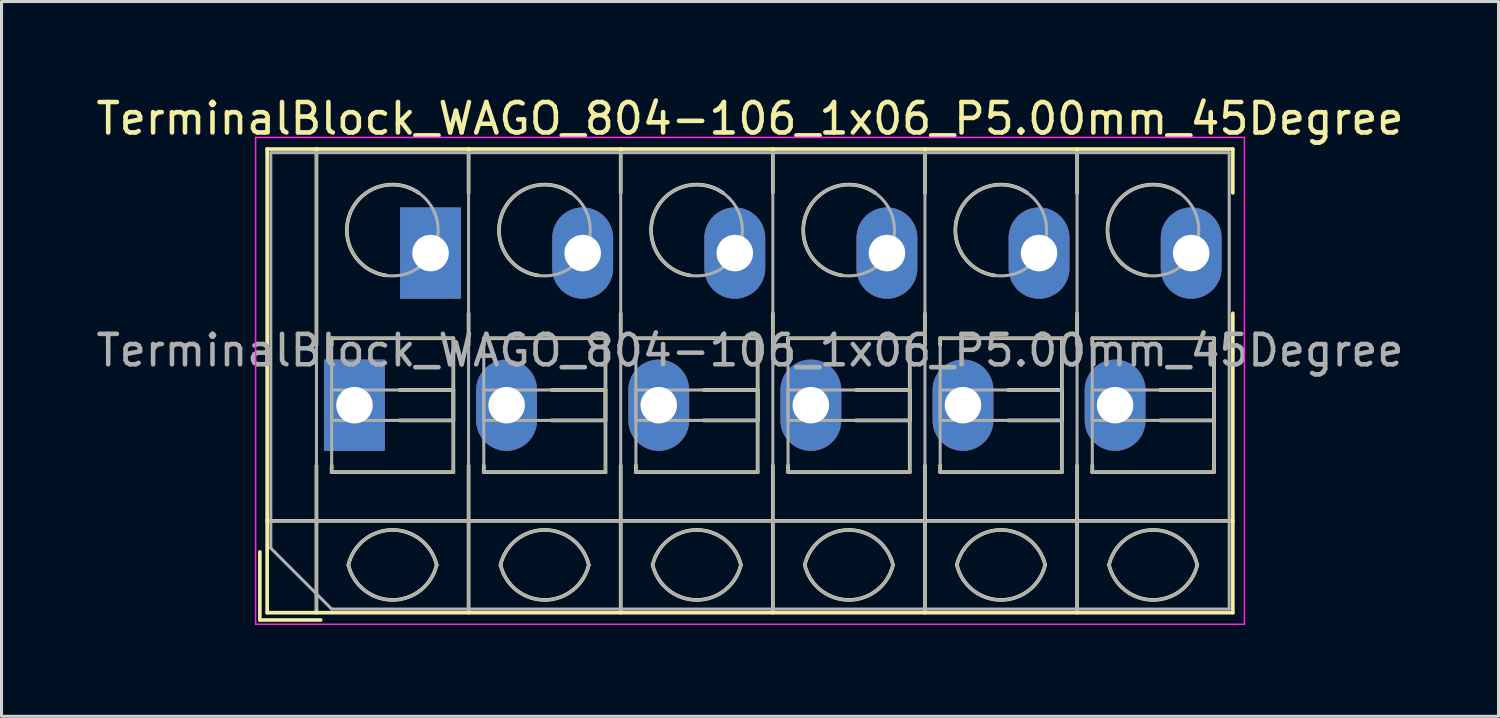
<source format=kicad_pcb>
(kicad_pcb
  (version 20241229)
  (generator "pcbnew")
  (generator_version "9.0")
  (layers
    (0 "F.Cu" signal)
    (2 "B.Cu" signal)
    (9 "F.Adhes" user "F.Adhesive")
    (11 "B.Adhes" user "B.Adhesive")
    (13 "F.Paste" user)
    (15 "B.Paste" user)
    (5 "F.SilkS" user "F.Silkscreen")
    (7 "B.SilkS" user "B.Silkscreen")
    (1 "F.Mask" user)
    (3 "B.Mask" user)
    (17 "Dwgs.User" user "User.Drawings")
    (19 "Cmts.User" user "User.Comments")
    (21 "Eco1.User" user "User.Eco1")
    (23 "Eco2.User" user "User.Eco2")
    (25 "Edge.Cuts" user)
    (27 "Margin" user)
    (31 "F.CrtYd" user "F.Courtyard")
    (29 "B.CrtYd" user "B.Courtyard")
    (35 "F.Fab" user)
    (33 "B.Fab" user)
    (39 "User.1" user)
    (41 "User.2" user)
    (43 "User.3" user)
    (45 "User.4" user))
  (footprint "TerminalBlock_WAGO_804-106_1x06_P5.00mm_45Degree"
    (layer "F.Cu")
    (at 8.601 10.268)
    (property "Reference" "TerminalBlock_WAGO_804-106_1x06_P5.00mm_45Degree" (at 13 -9.42 0) (layer "F.SilkS") (effects (font (size 1 1) (thickness 0.15))))
    (attr through_hole)
    (fp_line (start -3.11 4.82) (end -3.11 7.06) (stroke (width 0.12) (type solid)) (layer "F.SilkS"))
    (fp_line (start -3.11 7.06) (end -1.11 7.06) (stroke (width 0.12) (type solid)) (layer "F.SilkS"))
    (fp_line (start -2.87 -8.42) (end -2.87 6.82) (stroke (width 0.12) (type solid)) (layer "F.SilkS"))
    (fp_line (start -2.87 -8.42) (end 28.87 -8.42) (stroke (width 0.12) (type solid)) (layer "F.SilkS"))
    (fp_line (start -2.87 3.8) (end 28.87 3.8) (stroke (width 0.12) (type solid)) (layer "F.SilkS"))
    (fp_line (start -2.87 6.82) (end 28.87 6.82) (stroke (width 0.12) (type solid)) (layer "F.SilkS"))
    (fp_line (start -1.25 -8.42) (end -1.25 -1.98) (stroke (width 0.12) (type solid)) (layer "F.SilkS"))
    (fp_line (start -1.25 1.98) (end -1.25 6.82) (stroke (width 0.12) (type solid)) (layer "F.SilkS"))
    (fp_line (start -0.75 -2.2) (end -0.75 -1.98) (stroke (width 0.12) (type solid)) (layer "F.SilkS"))
    (fp_line (start -0.75 -2.2) (end 3.25 -2.2) (stroke (width 0.12) (type solid)) (layer "F.SilkS"))
    (fp_line (start -0.75 1.98) (end -0.75 2.2) (stroke (width 0.12) (type solid)) (layer "F.SilkS"))
    (fp_line (start -0.75 2.2) (end 3.25 2.2) (stroke (width 0.12) (type solid)) (layer "F.SilkS"))
    (fp_line (start 1.48 -0.5) (end 3.25 -0.5) (stroke (width 0.12) (type solid)) (layer "F.SilkS"))
    (fp_line (start 1.48 0.5) (end 3.25 0.5) (stroke (width 0.12) (type solid)) (layer "F.SilkS"))
    (fp_line (start 3.25 -2.2) (end 3.25 2.2) (stroke (width 0.12) (type solid)) (layer "F.SilkS"))
    (fp_line (start 3.25 -0.5) (end 3.25 0.5) (stroke (width 0.12) (type solid)) (layer "F.SilkS"))
    (fp_line (start 3.75 -8.42) (end 3.75 -6.98) (stroke (width 0.12) (type solid)) (layer "F.SilkS"))
    (fp_line (start 3.75 -3.02) (end 3.75 -1.98) (stroke (width 0.12) (type solid)) (layer "F.SilkS"))
    (fp_line (start 3.75 1.98) (end 3.75 6.82) (stroke (width 0.12) (type solid)) (layer "F.SilkS"))
    (fp_line (start 4.25 -2.2) (end 4.25 -1.98) (stroke (width 0.12) (type solid)) (layer "F.SilkS"))
    (fp_line (start 4.25 -2.2) (end 8.25 -2.2) (stroke (width 0.12) (type solid)) (layer "F.SilkS"))
    (fp_line (start 4.25 1.98) (end 4.25 2.2) (stroke (width 0.12) (type solid)) (layer "F.SilkS"))
    (fp_line (start 4.25 2.2) (end 8.25 2.2) (stroke (width 0.12) (type solid)) (layer "F.SilkS"))
    (fp_line (start 6.48 -0.5) (end 8.25 -0.5) (stroke (width 0.12) (type solid)) (layer "F.SilkS"))
    (fp_line (start 6.48 0.5) (end 8.25 0.5) (stroke (width 0.12) (type solid)) (layer "F.SilkS"))
    (fp_line (start 8.25 -2.2) (end 8.25 2.2) (stroke (width 0.12) (type solid)) (layer "F.SilkS"))
    (fp_line (start 8.25 -0.5) (end 8.25 0.5) (stroke (width 0.12) (type solid)) (layer "F.SilkS"))
    (fp_line (start 8.75 -8.42) (end 8.75 -6.98) (stroke (width 0.12) (type solid)) (layer "F.SilkS"))
    (fp_line (start 8.75 -3.02) (end 8.75 -1.98) (stroke (width 0.12) (type solid)) (layer "F.SilkS"))
    (fp_line (start 8.75 1.98) (end 8.75 6.82) (stroke (width 0.12) (type solid)) (layer "F.SilkS"))
    (fp_line (start 9.25 -2.2) (end 9.25 -1.98) (stroke (width 0.12) (type solid)) (layer "F.SilkS"))
    (fp_line (start 9.25 -2.2) (end 13.25 -2.2) (stroke (width 0.12) (type solid)) (layer "F.SilkS"))
    (fp_line (start 9.25 1.98) (end 9.25 2.2) (stroke (width 0.12) (type solid)) (layer "F.SilkS"))
    (fp_line (start 9.25 2.2) (end 13.25 2.2) (stroke (width 0.12) (type solid)) (layer "F.SilkS"))
    (fp_line (start 11.48 -0.5) (end 13.25 -0.5) (stroke (width 0.12) (type solid)) (layer "F.SilkS"))
    (fp_line (start 11.48 0.5) (end 13.25 0.5) (stroke (width 0.12) (type solid)) (layer "F.SilkS"))
    (fp_line (start 13.25 -2.2) (end 13.25 2.2) (stroke (width 0.12) (type solid)) (layer "F.SilkS"))
    (fp_line (start 13.25 -0.5) (end 13.25 0.5) (stroke (width 0.12) (type solid)) (layer "F.SilkS"))
    (fp_line (start 13.75 -8.42) (end 13.75 -6.98) (stroke (width 0.12) (type solid)) (layer "F.SilkS"))
    (fp_line (start 13.75 -3.02) (end 13.75 -1.98) (stroke (width 0.12) (type solid)) (layer "F.SilkS"))
    (fp_line (start 13.75 1.98) (end 13.75 6.82) (stroke (width 0.12) (type solid)) (layer "F.SilkS"))
    (fp_line (start 14.25 -2.2) (end 14.25 -1.98) (stroke (width 0.12) (type solid)) (layer "F.SilkS"))
    (fp_line (start 14.25 -2.2) (end 18.25 -2.2) (stroke (width 0.12) (type solid)) (layer "F.SilkS"))
    (fp_line (start 14.25 1.98) (end 14.25 2.2) (stroke (width 0.12) (type solid)) (layer "F.SilkS"))
    (fp_line (start 14.25 2.2) (end 18.25 2.2) (stroke (width 0.12) (type solid)) (layer "F.SilkS"))
    (fp_line (start 16.48 -0.5) (end 18.25 -0.5) (stroke (width 0.12) (type solid)) (layer "F.SilkS"))
    (fp_line (start 16.48 0.5) (end 18.25 0.5) (stroke (width 0.12) (type solid)) (layer "F.SilkS"))
    (fp_line (start 18.25 -2.2) (end 18.25 2.2) (stroke (width 0.12) (type solid)) (layer "F.SilkS"))
    (fp_line (start 18.25 -0.5) (end 18.25 0.5) (stroke (width 0.12) (type solid)) (layer "F.SilkS"))
    (fp_line (start 18.75 -8.42) (end 18.75 -6.98) (stroke (width 0.12) (type solid)) (layer "F.SilkS"))
    (fp_line (start 18.75 -3.02) (end 18.75 -1.98) (stroke (width 0.12) (type solid)) (layer "F.SilkS"))
    (fp_line (start 18.75 1.98) (end 18.75 6.82) (stroke (width 0.12) (type solid)) (layer "F.SilkS"))
    (fp_line (start 19.25 -2.2) (end 19.25 -1.98) (stroke (width 0.12) (type solid)) (layer "F.SilkS"))
    (fp_line (start 19.25 -2.2) (end 23.25 -2.2) (stroke (width 0.12) (type solid)) (layer "F.SilkS"))
    (fp_line (start 19.25 1.98) (end 19.25 2.2) (stroke (width 0.12) (type solid)) (layer "F.SilkS"))
    (fp_line (start 19.25 2.2) (end 23.25 2.2) (stroke (width 0.12) (type solid)) (layer "F.SilkS"))
    (fp_line (start 21.48 -0.5) (end 23.25 -0.5) (stroke (width 0.12) (type solid)) (layer "F.SilkS"))
    (fp_line (start 21.48 0.5) (end 23.25 0.5) (stroke (width 0.12) (type solid)) (layer "F.SilkS"))
    (fp_line (start 23.25 -2.2) (end 23.25 2.2) (stroke (width 0.12) (type solid)) (layer "F.SilkS"))
    (fp_line (start 23.25 -0.5) (end 23.25 0.5) (stroke (width 0.12) (type solid)) (layer "F.SilkS"))
    (fp_line (start 23.75 -8.42) (end 23.75 -6.98) (stroke (width 0.12) (type solid)) (layer "F.SilkS"))
    (fp_line (start 23.75 -3.02) (end 23.75 -1.98) (stroke (width 0.12) (type solid)) (layer "F.SilkS"))
    (fp_line (start 23.75 1.98) (end 23.75 6.82) (stroke (width 0.12) (type solid)) (layer "F.SilkS"))
    (fp_line (start 24.25 -2.2) (end 24.25 -1.98) (stroke (width 0.12) (type solid)) (layer "F.SilkS"))
    (fp_line (start 24.25 -2.2) (end 28.25 -2.2) (stroke (width 0.12) (type solid)) (layer "F.SilkS"))
    (fp_line (start 24.25 1.98) (end 24.25 2.2) (stroke (width 0.12) (type solid)) (layer "F.SilkS"))
    (fp_line (start 24.25 2.2) (end 28.25 2.2) (stroke (width 0.12) (type solid)) (layer "F.SilkS"))
    (fp_line (start 26.48 -0.5) (end 28.25 -0.5) (stroke (width 0.12) (type solid)) (layer "F.SilkS"))
    (fp_line (start 26.48 0.5) (end 28.25 0.5) (stroke (width 0.12) (type solid)) (layer "F.SilkS"))
    (fp_line (start 28.25 -2.2) (end 28.25 2.2) (stroke (width 0.12) (type solid)) (layer "F.SilkS"))
    (fp_line (start 28.25 -0.5) (end 28.25 0.5) (stroke (width 0.12) (type solid)) (layer "F.SilkS"))
    (fp_line (start 28.87 -8.42) (end 28.87 -6.98) (stroke (width 0.12) (type solid)) (layer "F.SilkS"))
    (fp_line (start 28.87 -3.02) (end 28.87 6.82) (stroke (width 0.12) (type solid)) (layer "F.SilkS"))
    (fp_arc (start -0.200865 5.250424) (mid 1.250296 4.099926) (end 2.701 5.251) (stroke (width 0.12) (type solid)) (layer "F.SilkS"))
    (fp_arc (start 1.040798 -4.264067) (mid -0.146039 -6.300306) (end 2.111 -6.979) (stroke (width 0.12) (type solid)) (layer "F.SilkS"))
    (fp_arc (start 2.7 5.25) (mid 1.250068 6.400101) (end -0.199969 5.250133) (stroke (width 0.12) (type solid)) (layer "F.SilkS"))
    (fp_arc (start 4.799135 5.250424) (mid 6.250296 4.099926) (end 7.701 5.251) (stroke (width 0.12) (type solid)) (layer "F.SilkS"))
    (fp_arc (start 6.040798 -4.264067) (mid 4.853961 -6.300306) (end 7.111 -6.979) (stroke (width 0.12) (type solid)) (layer "F.SilkS"))
    (fp_arc (start 7.7 5.25) (mid 6.250068 6.400101) (end 4.800031 5.250133) (stroke (width 0.12) (type solid)) (layer "F.SilkS"))
    (fp_arc (start 9.799135 5.250424) (mid 11.250296 4.099926) (end 12.701 5.251) (stroke (width 0.12) (type solid)) (layer "F.SilkS"))
    (fp_arc (start 11.040798 -4.264067) (mid 9.853961 -6.300306) (end 12.111 -6.979) (stroke (width 0.12) (type solid)) (layer "F.SilkS"))
    (fp_arc (start 12.7 5.25) (mid 11.250068 6.400101) (end 9.800031 5.250133) (stroke (width 0.12) (type solid)) (layer "F.SilkS"))
    (fp_arc (start 14.799135 5.250424) (mid 16.250296 4.099926) (end 17.701 5.251) (stroke (width 0.12) (type solid)) (layer "F.SilkS"))
    (fp_arc (start 16.040798 -4.264067) (mid 14.853961 -6.300306) (end 17.111 -6.979) (stroke (width 0.12) (type solid)) (layer "F.SilkS"))
    (fp_arc (start 17.7 5.25) (mid 16.250068 6.400101) (end 14.800031 5.250133) (stroke (width 0.12) (type solid)) (layer "F.SilkS"))
    (fp_arc (start 19.799135 5.250424) (mid 21.250296 4.099926) (end 22.701 5.251) (stroke (width 0.12) (type solid)) (layer "F.SilkS"))
    (fp_arc (start 21.040798 -4.264067) (mid 19.853961 -6.300306) (end 22.111 -6.979) (stroke (width 0.12) (type solid)) (layer "F.SilkS"))
    (fp_arc (start 22.7 5.25) (mid 21.250068 6.400101) (end 19.800031 5.250133) (stroke (width 0.12) (type solid)) (layer "F.SilkS"))
    (fp_arc (start 24.799135 5.250424) (mid 26.250296 4.099926) (end 27.701 5.251) (stroke (width 0.12) (type solid)) (layer "F.SilkS"))
    (fp_arc (start 26.040798 -4.264067) (mid 24.853961 -6.300306) (end 27.111 -6.979) (stroke (width 0.12) (type solid)) (layer "F.SilkS"))
    (fp_arc (start 27.7 5.25) (mid 26.250068 6.400101) (end 24.800031 5.250133) (stroke (width 0.12) (type solid)) (layer "F.SilkS"))
    (fp_line (start -3.25 -8.8) (end -3.25 7.2) (stroke (width 0.05) (type solid)) (layer "F.CrtYd"))
    (fp_line (start -3.25 7.2) (end 29.25 7.2) (stroke (width 0.05) (type solid)) (layer "F.CrtYd"))
    (fp_line (start 29.25 -8.8) (end -3.25 -8.8) (stroke (width 0.05) (type solid)) (layer "F.CrtYd"))
    (fp_line (start 29.25 7.2) (end 29.25 -8.8) (stroke (width 0.05) (type solid)) (layer "F.CrtYd"))
    (fp_line (start -2.75 -8.3) (end 28.75 -8.3) (stroke (width 0.1) (type solid)) (layer "F.Fab"))
    (fp_line (start -2.75 3.8) (end 28.75 3.8) (stroke (width 0.1) (type solid)) (layer "F.Fab"))
    (fp_line (start -2.75 4.7) (end -2.75 -8.3) (stroke (width 0.1) (type solid)) (layer "F.Fab"))
    (fp_line (start -1.25 -8.3) (end -1.25 6.7) (stroke (width 0.1) (type solid)) (layer "F.Fab"))
    (fp_line (start -0.75 -2.2) (end -0.75 2.2) (stroke (width 0.1) (type solid)) (layer "F.Fab"))
    (fp_line (start -0.75 -0.5) (end -0.75 0.5) (stroke (width 0.1) (type solid)) (layer "F.Fab"))
    (fp_line (start -0.75 0.5) (end 3.25 0.5) (stroke (width 0.1) (type solid)) (layer "F.Fab"))
    (fp_line (start -0.75 2.2) (end 3.25 2.2) (stroke (width 0.1) (type solid)) (layer "F.Fab"))
    (fp_line (start -0.75 6.7) (end -2.75 4.7) (stroke (width 0.1) (type solid)) (layer "F.Fab"))
    (fp_line (start 3.25 -2.2) (end -0.75 -2.2) (stroke (width 0.1) (type solid)) (layer "F.Fab"))
    (fp_line (start 3.25 -0.5) (end -0.75 -0.5) (stroke (width 0.1) (type solid)) (layer "F.Fab"))
    (fp_line (start 3.25 0.5) (end 3.25 -0.5) (stroke (width 0.1) (type solid)) (layer "F.Fab"))
    (fp_line (start 3.25 2.2) (end 3.25 -2.2) (stroke (width 0.1) (type solid)) (layer "F.Fab"))
    (fp_line (start 3.75 -8.3) (end 3.75 6.7) (stroke (width 0.1) (type solid)) (layer "F.Fab"))
    (fp_line (start 4.25 -2.2) (end 4.25 2.2) (stroke (width 0.1) (type solid)) (layer "F.Fab"))
    (fp_line (start 4.25 -0.5) (end 4.25 0.5) (stroke (width 0.1) (type solid)) (layer "F.Fab"))
    (fp_line (start 4.25 0.5) (end 8.25 0.5) (stroke (width 0.1) (type solid)) (layer "F.Fab"))
    (fp_line (start 4.25 2.2) (end 8.25 2.2) (stroke (width 0.1) (type solid)) (layer "F.Fab"))
    (fp_line (start 8.25 -2.2) (end 4.25 -2.2) (stroke (width 0.1) (type solid)) (layer "F.Fab"))
    (fp_line (start 8.25 -0.5) (end 4.25 -0.5) (stroke (width 0.1) (type solid)) (layer "F.Fab"))
    (fp_line (start 8.25 0.5) (end 8.25 -0.5) (stroke (width 0.1) (type solid)) (layer "F.Fab"))
    (fp_line (start 8.25 2.2) (end 8.25 -2.2) (stroke (width 0.1) (type solid)) (layer "F.Fab"))
    (fp_line (start 8.75 -8.3) (end 8.75 6.7) (stroke (width 0.1) (type solid)) (layer "F.Fab"))
    (fp_line (start 9.25 -2.2) (end 9.25 2.2) (stroke (width 0.1) (type solid)) (layer "F.Fab"))
    (fp_line (start 9.25 -0.5) (end 9.25 0.5) (stroke (width 0.1) (type solid)) (layer "F.Fab"))
    (fp_line (start 9.25 0.5) (end 13.25 0.5) (stroke (width 0.1) (type solid)) (layer "F.Fab"))
    (fp_line (start 9.25 2.2) (end 13.25 2.2) (stroke (width 0.1) (type solid)) (layer "F.Fab"))
    (fp_line (start 13.25 -2.2) (end 9.25 -2.2) (stroke (width 0.1) (type solid)) (layer "F.Fab"))
    (fp_line (start 13.25 -0.5) (end 9.25 -0.5) (stroke (width 0.1) (type solid)) (layer "F.Fab"))
    (fp_line (start 13.25 0.5) (end 13.25 -0.5) (stroke (width 0.1) (type solid)) (layer "F.Fab"))
    (fp_line (start 13.25 2.2) (end 13.25 -2.2) (stroke (width 0.1) (type solid)) (layer "F.Fab"))
    (fp_line (start 13.75 -8.3) (end 13.75 6.7) (stroke (width 0.1) (type solid)) (layer "F.Fab"))
    (fp_line (start 14.25 -2.2) (end 14.25 2.2) (stroke (width 0.1) (type solid)) (layer "F.Fab"))
    (fp_line (start 14.25 -0.5) (end 14.25 0.5) (stroke (width 0.1) (type solid)) (layer "F.Fab"))
    (fp_line (start 14.25 0.5) (end 18.25 0.5) (stroke (width 0.1) (type solid)) (layer "F.Fab"))
    (fp_line (start 14.25 2.2) (end 18.25 2.2) (stroke (width 0.1) (type solid)) (layer "F.Fab"))
    (fp_line (start 18.25 -2.2) (end 14.25 -2.2) (stroke (width 0.1) (type solid)) (layer "F.Fab"))
    (fp_line (start 18.25 -0.5) (end 14.25 -0.5) (stroke (width 0.1) (type solid)) (layer "F.Fab"))
    (fp_line (start 18.25 0.5) (end 18.25 -0.5) (stroke (width 0.1) (type solid)) (layer "F.Fab"))
    (fp_line (start 18.25 2.2) (end 18.25 -2.2) (stroke (width 0.1) (type solid)) (layer "F.Fab"))
    (fp_line (start 18.75 -8.3) (end 18.75 6.7) (stroke (width 0.1) (type solid)) (layer "F.Fab"))
    (fp_line (start 19.25 -2.2) (end 19.25 2.2) (stroke (width 0.1) (type solid)) (layer "F.Fab"))
    (fp_line (start 19.25 -0.5) (end 19.25 0.5) (stroke (width 0.1) (type solid)) (layer "F.Fab"))
    (fp_line (start 19.25 0.5) (end 23.25 0.5) (stroke (width 0.1) (type solid)) (layer "F.Fab"))
    (fp_line (start 19.25 2.2) (end 23.25 2.2) (stroke (width 0.1) (type solid)) (layer "F.Fab"))
    (fp_line (start 23.25 -2.2) (end 19.25 -2.2) (stroke (width 0.1) (type solid)) (layer "F.Fab"))
    (fp_line (start 23.25 -0.5) (end 19.25 -0.5) (stroke (width 0.1) (type solid)) (layer "F.Fab"))
    (fp_line (start 23.25 0.5) (end 23.25 -0.5) (stroke (width 0.1) (type solid)) (layer "F.Fab"))
    (fp_line (start 23.25 2.2) (end 23.25 -2.2) (stroke (width 0.1) (type solid)) (layer "F.Fab"))
    (fp_line (start 23.75 -8.3) (end 23.75 6.7) (stroke (width 0.1) (type solid)) (layer "F.Fab"))
    (fp_line (start 24.25 -2.2) (end 24.25 2.2) (stroke (width 0.1) (type solid)) (layer "F.Fab"))
    (fp_line (start 24.25 -0.5) (end 24.25 0.5) (stroke (width 0.1) (type solid)) (layer "F.Fab"))
    (fp_line (start 24.25 0.5) (end 28.25 0.5) (stroke (width 0.1) (type solid)) (layer "F.Fab"))
    (fp_line (start 24.25 2.2) (end 28.25 2.2) (stroke (width 0.1) (type solid)) (layer "F.Fab"))
    (fp_line (start 28.25 -2.2) (end 24.25 -2.2) (stroke (width 0.1) (type solid)) (layer "F.Fab"))
    (fp_line (start 28.25 -0.5) (end 24.25 -0.5) (stroke (width 0.1) (type solid)) (layer "F.Fab"))
    (fp_line (start 28.25 0.5) (end 28.25 -0.5) (stroke (width 0.1) (type solid)) (layer "F.Fab"))
    (fp_line (start 28.25 2.2) (end 28.25 -2.2) (stroke (width 0.1) (type solid)) (layer "F.Fab"))
    (fp_line (start 28.75 -8.3) (end 28.75 6.7) (stroke (width 0.1) (type solid)) (layer "F.Fab"))
    (fp_line (start 28.75 6.7) (end -0.75 6.7) (stroke (width 0.1) (type solid)) (layer "F.Fab"))
    (fp_arc (start -0.200865 5.250424) (mid 1.250296 4.099926) (end 2.701 5.251) (stroke (width 0.1) (type solid)) (layer "F.Fab"))
    (fp_arc (start 2.7 5.25) (mid 1.250068 6.400101) (end -0.199969 5.250133) (stroke (width 0.1) (type solid)) (layer "F.Fab"))
    (fp_arc (start 4.799135 5.250424) (mid 6.250296 4.099926) (end 7.701 5.251) (stroke (width 0.1) (type solid)) (layer "F.Fab"))
    (fp_arc (start 7.7 5.25) (mid 6.250068 6.400101) (end 4.800031 5.250133) (stroke (width 0.1) (type solid)) (layer "F.Fab"))
    (fp_arc (start 9.799135 5.250424) (mid 11.250296 4.099926) (end 12.701 5.251) (stroke (width 0.1) (type solid)) (layer "F.Fab"))
    (fp_arc (start 12.7 5.25) (mid 11.250068 6.400101) (end 9.800031 5.250133) (stroke (width 0.1) (type solid)) (layer "F.Fab"))
    (fp_arc (start 14.799135 5.250424) (mid 16.250296 4.099926) (end 17.701 5.251) (stroke (width 0.1) (type solid)) (layer "F.Fab"))
    (fp_arc (start 17.7 5.25) (mid 16.250068 6.400101) (end 14.800031 5.250133) (stroke (width 0.1) (type solid)) (layer "F.Fab"))
    (fp_arc (start 19.799135 5.250424) (mid 21.250296 4.099926) (end 22.701 5.251) (stroke (width 0.1) (type solid)) (layer "F.Fab"))
    (fp_arc (start 22.7 5.25) (mid 21.250068 6.400101) (end 19.800031 5.250133) (stroke (width 0.1) (type solid)) (layer "F.Fab"))
    (fp_arc (start 24.799135 5.250424) (mid 26.250296 4.099926) (end 27.701 5.251) (stroke (width 0.1) (type solid)) (layer "F.Fab"))
    (fp_arc (start 27.7 5.25) (mid 26.250068 6.400101) (end 24.800031 5.250133) (stroke (width 0.1) (type solid)) (layer "F.Fab"))
    (fp_circle (center 1.25 -5.75) (end 2.75 -5.75) (stroke (width 0.1) (type solid)) (fill no) (layer "F.Fab"))
    (fp_circle (center 6.25 -5.75) (end 7.75 -5.75) (stroke (width 0.1) (type solid)) (fill no) (layer "F.Fab"))
    (fp_circle (center 11.25 -5.75) (end 12.75 -5.75) (stroke (width 0.1) (type solid)) (fill no) (layer "F.Fab"))
    (fp_circle (center 16.25 -5.75) (end 17.75 -5.75) (stroke (width 0.1) (type solid)) (fill no) (layer "F.Fab"))
    (fp_circle (center 21.25 -5.75) (end 22.75 -5.75) (stroke (width 0.1) (type solid)) (fill no) (layer "F.Fab"))
    (fp_circle (center 26.25 -5.75) (end 27.75 -5.75) (stroke (width 0.1) (type solid)) (fill no) (layer "F.Fab"))
    (fp_text user "${REFERENCE}" (at 13 -1.8 0) (layer "F.Fab") (effects (font (size 1 1) (thickness 0.15))))
    (pad "1" thru_hole rect (at 0 0) (size 2 3) (drill 1.2) (layers "*.Cu" "*.Mask"))
    (pad "1" thru_hole rect (at 2.5 -5) (size 2 3) (drill 1.2) (layers "*.Cu" "*.Mask"))
    (pad "2" thru_hole oval (at 5 0) (size 2 3) (drill 1.2) (layers "*.Cu" "*.Mask"))
    (pad "2" thru_hole oval (at 7.5 -5) (size 2 3) (drill 1.2) (layers "*.Cu" "*.Mask"))
    (pad "3" thru_hole oval (at 10 0) (size 2 3) (drill 1.2) (layers "*.Cu" "*.Mask"))
    (pad "3" thru_hole oval (at 12.5 -5) (size 2 3) (drill 1.2) (layers "*.Cu" "*.Mask"))
    (pad "4" thru_hole oval (at 15 0) (size 2 3) (drill 1.2) (layers "*.Cu" "*.Mask"))
    (pad "4" thru_hole oval (at 17.5 -5) (size 2 3) (drill 1.2) (layers "*.Cu" "*.Mask"))
    (pad "5" thru_hole oval (at 20 0) (size 2 3) (drill 1.2) (layers "*.Cu" "*.Mask"))
    (pad "5" thru_hole oval (at 22.5 -5) (size 2 3) (drill 1.2) (layers "*.Cu" "*.Mask"))
    (pad "6" thru_hole oval (at 25 0) (size 2 3) (drill 1.2) (layers "*.Cu" "*.Mask"))
    (pad "6" thru_hole oval (at 27.5 -5) (size 2 3) (drill 1.2) (layers "*.Cu" "*.Mask")))
  (gr_rect
    (start -3 -3)
    (end 46.202 20.493)
    (stroke (width 0.1) (type default))
    (fill no)
    (layer "Edge.Cuts")))
</source>
